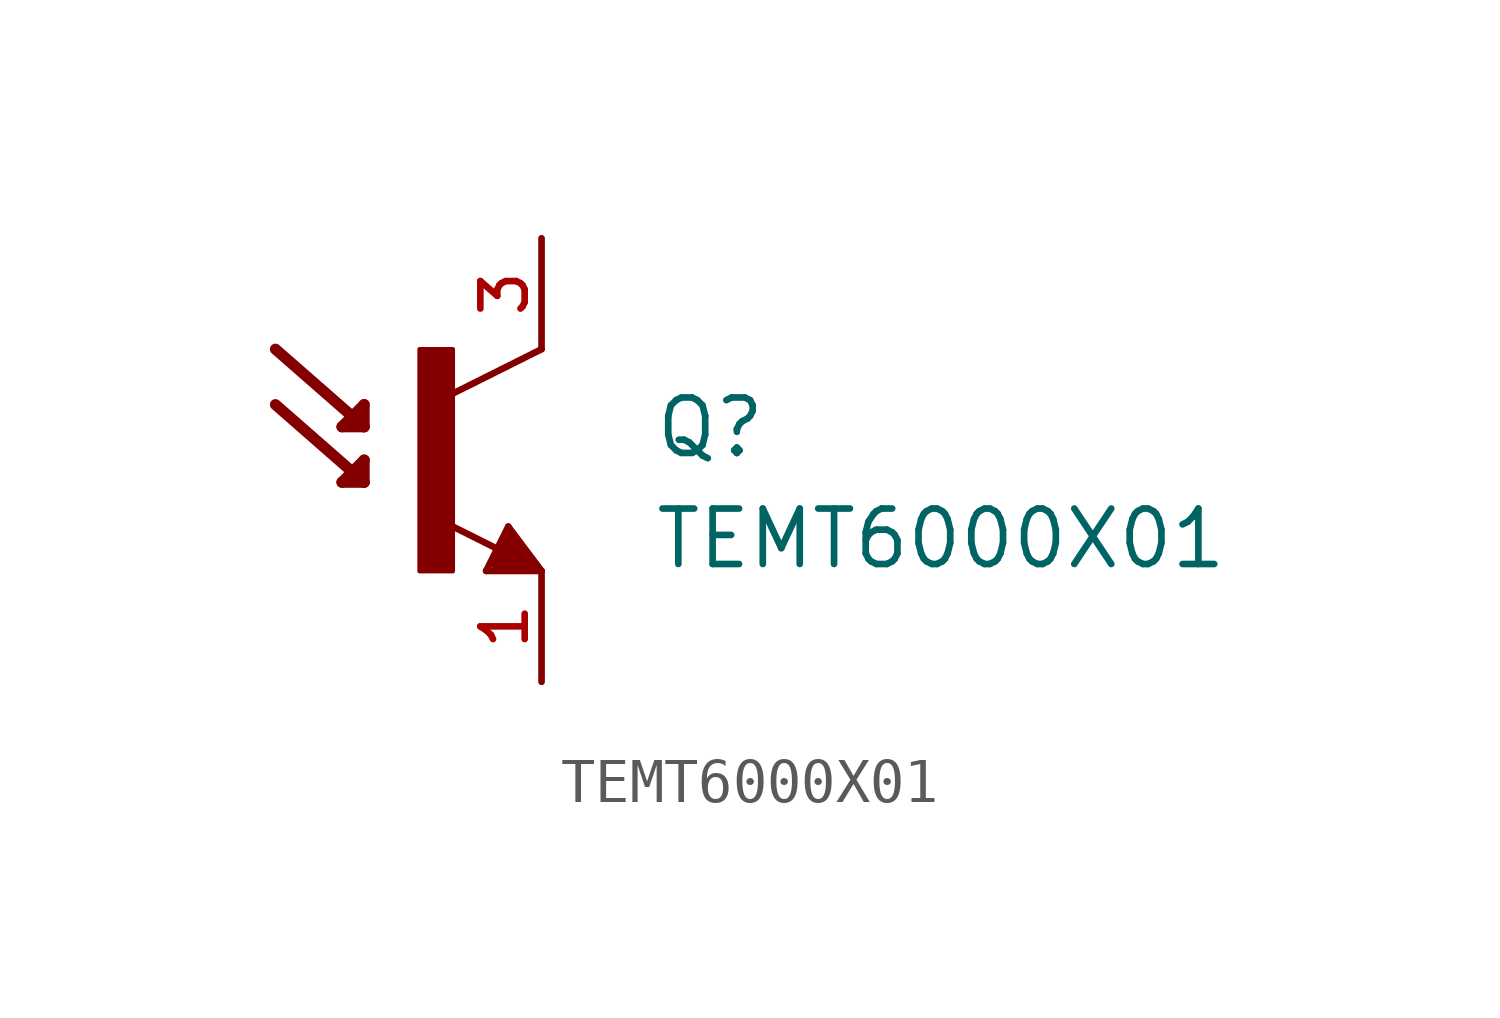
<source format=kicad_sym>
(kicad_symbol_lib
  (version 20211014)
  (generator kicad_symbol_editor)
  (symbol "TEMT6000X01"
    (pin_names
      (offset 1.016))
    (property "Reference" "Q"
      (at 5.1 0.0 0)
      (effects (font (size 1.27 1.27)) (justify bottom left)))
    (property "Value" "TEMT6000X01"
      (at 5.089 -2.544 0)
      (effects (font (size 1.27 1.27)) (justify bottom left)))
    (symbol "TEMT6000X01_0_0"
      (polyline (pts (xy 2.54 2.54) (xy 0.508 1.524)) (stroke (width 0.152)))
      (polyline (pts (xy 1.778 -1.524) (xy 2.54 -2.54)) (stroke (width 0.152)))
      (polyline (pts (xy 2.54 -2.54) (xy 1.27 -2.54)) (stroke (width 0.152)))
      (polyline (pts (xy 1.27 -2.54) (xy 1.778 -1.524)) (stroke (width 0.152)))
      (polyline (pts (xy 1.54 -2.04) (xy 0.308 -1.424)) (stroke (width 0.152)))
      (polyline (pts (xy 1.524 -2.413) (xy 2.286 -2.413)) (stroke (width 0.254)))
      (polyline (pts (xy 2.286 -2.413) (xy 1.778 -1.778)) (stroke (width 0.254)))
      (polyline (pts (xy 1.778 -1.778) (xy 1.524 -2.286)) (stroke (width 0.254)))
      (polyline (pts (xy 1.524 -2.286) (xy 1.905 -2.286)) (stroke (width 0.254)))
      (polyline (pts (xy 1.905 -2.286) (xy 1.778 -2.032)) (stroke (width 0.254)))
      (rectangle (start -0.255 -2.547) (end 0.508 2.54) (stroke (width 0.1)) (fill (type outline)))
      (polyline (pts (xy -3.556 2.54) (xy -1.524 0.762)) (stroke (width 0.254)))
      (polyline (pts (xy -2.032 0.762) (xy -1.524 1.27)) (stroke (width 0.254)))
      (polyline (pts (xy -1.524 1.27) (xy -1.524 0.762)) (stroke (width 0.254)))
      (polyline (pts (xy -1.524 0.762) (xy -2.032 0.762)) (stroke (width 0.254)))
      (polyline (pts (xy -3.556 1.27) (xy -1.524 -0.508)) (stroke (width 0.254)))
      (polyline (pts (xy -2.032 -0.508) (xy -1.524 0.0)) (stroke (width 0.254)))
      (polyline (pts (xy -1.524 0.0) (xy -1.524 -0.508)) (stroke (width 0.254)))
      (polyline (pts (xy -1.524 -0.508) (xy -2.032 -0.508)) (stroke (width 0.254)))
      (pin passive line (at 2.54 5.08 270.0) (length 2.54) (name "~" (effects (font (size 1.016 1.016)))) (number "3" (effects (font (size 1.016 1.016)))))
      (pin passive line (at 2.54 -5.08 90.0) (length 2.54) (name "~" (effects (font (size 1.016 1.016)))) (number "1" (effects (font (size 1.016 1.016))))))))
</source>
